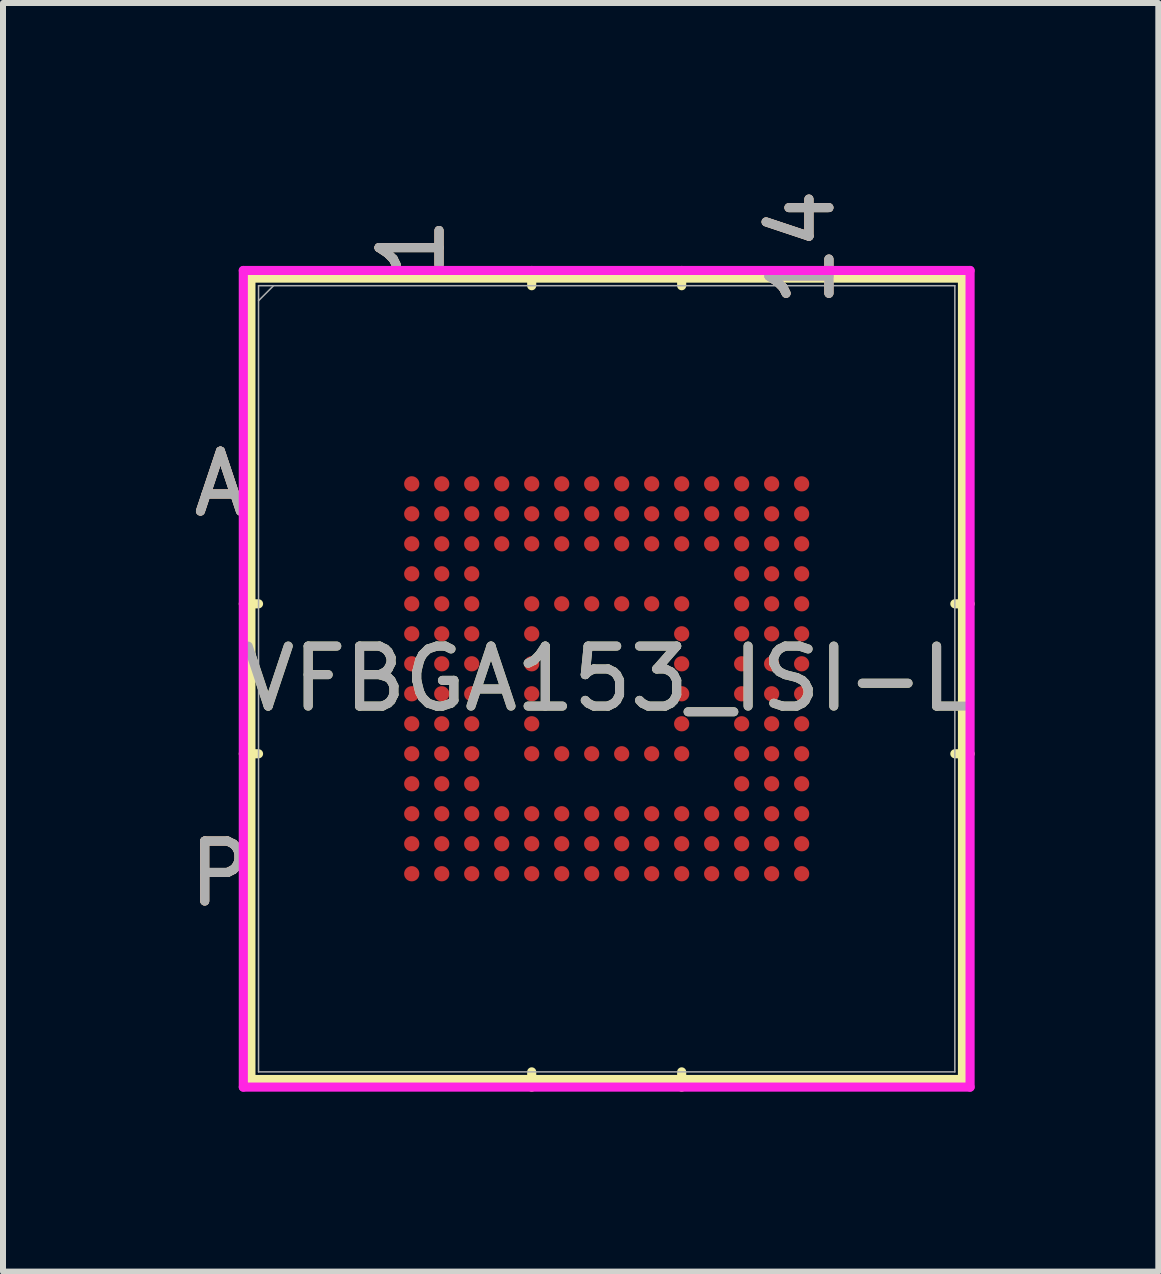
<source format=kicad_pcb>
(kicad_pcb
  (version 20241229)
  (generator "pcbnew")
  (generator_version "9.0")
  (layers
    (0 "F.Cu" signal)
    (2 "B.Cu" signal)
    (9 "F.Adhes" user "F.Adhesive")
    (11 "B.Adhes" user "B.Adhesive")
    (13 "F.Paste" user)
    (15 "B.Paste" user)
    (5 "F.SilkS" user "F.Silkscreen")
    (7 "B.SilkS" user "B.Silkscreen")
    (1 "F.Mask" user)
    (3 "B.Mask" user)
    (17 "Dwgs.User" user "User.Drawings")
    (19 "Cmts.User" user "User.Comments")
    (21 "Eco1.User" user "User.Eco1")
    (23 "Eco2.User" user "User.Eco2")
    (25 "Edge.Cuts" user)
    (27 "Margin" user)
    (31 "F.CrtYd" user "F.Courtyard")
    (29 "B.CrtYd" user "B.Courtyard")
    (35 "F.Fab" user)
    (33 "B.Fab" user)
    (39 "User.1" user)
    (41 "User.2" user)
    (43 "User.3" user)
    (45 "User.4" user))
  (footprint "VFBGA153_ISI-L"
    (layer "F.Cu")
    (at 7.064 8.266)
    (property "Reference" "VFBGA153_ISI-L" (at 0 0 0) (unlocked yes) (layer "F.SilkS") (effects (font (size 1 1) (thickness 0.15))))
    (attr smd)
    (fp_line (start -5.931 -6.68) (end -5.931 6.68) (stroke (width 0.152) (type solid)) (layer "F.SilkS"))
    (fp_line (start -5.931 6.68) (end 5.931 6.68) (stroke (width 0.152) (type solid)) (layer "F.SilkS"))
    (fp_line (start -5.804 -1.25) (end -6.058 -1.25) (stroke (width 0.152) (type solid)) (layer "F.SilkS"))
    (fp_line (start -5.804 1.25) (end -6.058 1.25) (stroke (width 0.152) (type solid)) (layer "F.SilkS"))
    (fp_line (start -1.25 -6.553) (end -1.25 -6.807) (stroke (width 0.152) (type solid)) (layer "F.SilkS"))
    (fp_line (start -1.25 6.553) (end -1.25 6.807) (stroke (width 0.152) (type solid)) (layer "F.SilkS"))
    (fp_line (start 1.25 -6.553) (end 1.25 -6.807) (stroke (width 0.152) (type solid)) (layer "F.SilkS"))
    (fp_line (start 1.25 6.553) (end 1.25 6.807) (stroke (width 0.152) (type solid)) (layer "F.SilkS"))
    (fp_line (start 5.804 -1.25) (end 6.058 -1.25) (stroke (width 0.152) (type solid)) (layer "F.SilkS"))
    (fp_line (start 5.804 1.25) (end 6.058 1.25) (stroke (width 0.152) (type solid)) (layer "F.SilkS"))
    (fp_line (start 5.931 -6.68) (end -5.931 -6.68) (stroke (width 0.152) (type solid)) (layer "F.SilkS"))
    (fp_line (start 5.931 6.68) (end 5.931 -6.68) (stroke (width 0.152) (type solid)) (layer "F.SilkS"))
    (fp_poly (pts (xy -3.945 -3.945) (xy 3.945 -3.945) (xy 3.945 3.945) (xy -3.945 3.945)) (stroke (width 0.1) (type solid)) (fill no) (layer "Eco2.User"))
    (fp_line (start -6.058 -6.807) (end 6.058 -6.807) (stroke (width 0.152) (type solid)) (layer "F.CrtYd"))
    (fp_line (start -6.058 6.807) (end -6.058 -6.807) (stroke (width 0.152) (type solid)) (layer "F.CrtYd"))
    (fp_line (start 6.058 -6.807) (end 6.058 6.807) (stroke (width 0.152) (type solid)) (layer "F.CrtYd"))
    (fp_line (start 6.058 6.807) (end -6.058 6.807) (stroke (width 0.152) (type solid)) (layer "F.CrtYd"))
    (fp_line (start -5.804 -6.553) (end -5.804 6.553) (stroke (width 0.025) (type solid)) (layer "F.Fab"))
    (fp_line (start -5.804 6.553) (end 5.804 6.553) (stroke (width 0.025) (type solid)) (layer "F.Fab"))
    (fp_line (start -5.554 -6.553) (end -5.804 -6.303) (stroke (width 0.025) (type solid)) (layer "F.Fab"))
    (fp_line (start 5.804 -6.553) (end -5.804 -6.553) (stroke (width 0.025) (type solid)) (layer "F.Fab"))
    (fp_line (start 5.804 6.553) (end 5.804 -6.553) (stroke (width 0.025) (type solid)) (layer "F.Fab"))
    (fp_text user "P" (at -6.439 3.25 0) (unlocked yes) (layer "F.SilkS") (effects (font (size 1 1) (thickness 0.15))))
    (fp_text user "14" (at 3.25 -7.188 90) (unlocked yes) (layer "F.SilkS") (effects (font (size 1 1) (thickness 0.15))))
    (fp_text user "A" (at -6.439 -3.25 0) (unlocked yes) (layer "F.SilkS") (effects (font (size 1 1) (thickness 0.15))))
    (fp_text user "1" (at -3.25 -7.188 90) (unlocked yes) (layer "F.SilkS") (effects (font (size 1 1) (thickness 0.15))))
    (fp_text user "P" (at -6.439 3.25 0) (unlocked yes) (layer "B.SilkS") (effects (font (size 1 1) (thickness 0.15))))
    (fp_text user "14" (at 3.25 -7.188 90) (unlocked yes) (layer "B.SilkS") (effects (font (size 1 1) (thickness 0.15))))
    (fp_text user "1" (at -3.25 -7.188 90) (unlocked yes) (layer "B.SilkS") (effects (font (size 1 1) (thickness 0.15))))
    (fp_text user "A" (at -6.439 -3.25 0) (unlocked yes) (layer "B.SilkS") (effects (font (size 1 1) (thickness 0.15))))
    (fp_text user "1" (at -3.25 -7.188 90) (unlocked yes) (layer "F.Fab") (effects (font (size 1 1) (thickness 0.15))))
    (fp_text user "A" (at -6.439 -3.25 0) (unlocked yes) (layer "F.Fab") (effects (font (size 1 1) (thickness 0.15))))
    (fp_text user "${REFERENCE}" (at 0 0 0) (unlocked yes) (layer "F.Fab") (effects (font (size 1 1) (thickness 0.15))))
    (fp_text user "P" (at -6.439 3.25 0) (unlocked yes) (layer "F.Fab") (effects (font (size 1 1) (thickness 0.15))))
    (fp_text user "14" (at 3.25 -7.188 90) (unlocked yes) (layer "F.Fab") (effects (font (size 1 1) (thickness 0.15))))
    (pad "A1" smd circle (at -3.25 -3.25) (size 0.254 0.254) (layers "F.Cu" "F.Mask" "F.Paste"))
    (pad "A2" smd circle (at -2.75 -3.25) (size 0.254 0.254) (layers "F.Cu" "F.Mask" "F.Paste"))
    (pad "A3" smd circle (at -2.25 -3.25) (size 0.254 0.254) (layers "F.Cu" "F.Mask" "F.Paste"))
    (pad "A4" smd circle (at -1.75 -3.25) (size 0.254 0.254) (layers "F.Cu" "F.Mask" "F.Paste"))
    (pad "A5" smd circle (at -1.25 -3.25) (size 0.254 0.254) (layers "F.Cu" "F.Mask" "F.Paste"))
    (pad "A6" smd circle (at -0.75 -3.25) (size 0.254 0.254) (layers "F.Cu" "F.Mask" "F.Paste"))
    (pad "A7" smd circle (at -0.25 -3.25) (size 0.254 0.254) (layers "F.Cu" "F.Mask" "F.Paste"))
    (pad "A8" smd circle (at 0.25 -3.25) (size 0.254 0.254) (layers "F.Cu" "F.Mask" "F.Paste"))
    (pad "A9" smd circle (at 0.75 -3.25) (size 0.254 0.254) (layers "F.Cu" "F.Mask" "F.Paste"))
    (pad "A10" smd circle (at 1.25 -3.25) (size 0.254 0.254) (layers "F.Cu" "F.Mask" "F.Paste"))
    (pad "A11" smd circle (at 1.75 -3.25) (size 0.254 0.254) (layers "F.Cu" "F.Mask" "F.Paste"))
    (pad "A12" smd circle (at 2.25 -3.25) (size 0.254 0.254) (layers "F.Cu" "F.Mask" "F.Paste"))
    (pad "A13" smd circle (at 2.75 -3.25) (size 0.254 0.254) (layers "F.Cu" "F.Mask" "F.Paste"))
    (pad "A14" smd circle (at 3.25 -3.25) (size 0.254 0.254) (layers "F.Cu" "F.Mask" "F.Paste"))
    (pad "B1" smd circle (at -3.25 -2.75) (size 0.254 0.254) (layers "F.Cu" "F.Mask" "F.Paste"))
    (pad "B2" smd circle (at -2.75 -2.75) (size 0.254 0.254) (layers "F.Cu" "F.Mask" "F.Paste"))
    (pad "B3" smd circle (at -2.25 -2.75) (size 0.254 0.254) (layers "F.Cu" "F.Mask" "F.Paste"))
    (pad "B4" smd circle (at -1.75 -2.75) (size 0.254 0.254) (layers "F.Cu" "F.Mask" "F.Paste"))
    (pad "B5" smd circle (at -1.25 -2.75) (size 0.254 0.254) (layers "F.Cu" "F.Mask" "F.Paste"))
    (pad "B6" smd circle (at -0.75 -2.75) (size 0.254 0.254) (layers "F.Cu" "F.Mask" "F.Paste"))
    (pad "B7" smd circle (at -0.25 -2.75) (size 0.254 0.254) (layers "F.Cu" "F.Mask" "F.Paste"))
    (pad "B8" smd circle (at 0.25 -2.75) (size 0.254 0.254) (layers "F.Cu" "F.Mask" "F.Paste"))
    (pad "B9" smd circle (at 0.75 -2.75) (size 0.254 0.254) (layers "F.Cu" "F.Mask" "F.Paste"))
    (pad "B10" smd circle (at 1.25 -2.75) (size 0.254 0.254) (layers "F.Cu" "F.Mask" "F.Paste"))
    (pad "B11" smd circle (at 1.75 -2.75) (size 0.254 0.254) (layers "F.Cu" "F.Mask" "F.Paste"))
    (pad "B12" smd circle (at 2.25 -2.75) (size 0.254 0.254) (layers "F.Cu" "F.Mask" "F.Paste"))
    (pad "B13" smd circle (at 2.75 -2.75) (size 0.254 0.254) (layers "F.Cu" "F.Mask" "F.Paste"))
    (pad "B14" smd circle (at 3.25 -2.75) (size 0.254 0.254) (layers "F.Cu" "F.Mask" "F.Paste"))
    (pad "C1" smd circle (at -3.25 -2.25) (size 0.254 0.254) (layers "F.Cu" "F.Mask" "F.Paste"))
    (pad "C2" smd circle (at -2.75 -2.25) (size 0.254 0.254) (layers "F.Cu" "F.Mask" "F.Paste"))
    (pad "C3" smd circle (at -2.25 -2.25) (size 0.254 0.254) (layers "F.Cu" "F.Mask" "F.Paste"))
    (pad "C4" smd circle (at -1.75 -2.25) (size 0.254 0.254) (layers "F.Cu" "F.Mask" "F.Paste"))
    (pad "C5" smd circle (at -1.25 -2.25) (size 0.254 0.254) (layers "F.Cu" "F.Mask" "F.Paste"))
    (pad "C6" smd circle (at -0.75 -2.25) (size 0.254 0.254) (layers "F.Cu" "F.Mask" "F.Paste"))
    (pad "C7" smd circle (at -0.25 -2.25) (size 0.254 0.254) (layers "F.Cu" "F.Mask" "F.Paste"))
    (pad "C8" smd circle (at 0.25 -2.25) (size 0.254 0.254) (layers "F.Cu" "F.Mask" "F.Paste"))
    (pad "C9" smd circle (at 0.75 -2.25) (size 0.254 0.254) (layers "F.Cu" "F.Mask" "F.Paste"))
    (pad "C10" smd circle (at 1.25 -2.25) (size 0.254 0.254) (layers "F.Cu" "F.Mask" "F.Paste"))
    (pad "C11" smd circle (at 1.75 -2.25) (size 0.254 0.254) (layers "F.Cu" "F.Mask" "F.Paste"))
    (pad "C12" smd circle (at 2.25 -2.25) (size 0.254 0.254) (layers "F.Cu" "F.Mask" "F.Paste"))
    (pad "C13" smd circle (at 2.75 -2.25) (size 0.254 0.254) (layers "F.Cu" "F.Mask" "F.Paste"))
    (pad "C14" smd circle (at 3.25 -2.25) (size 0.254 0.254) (layers "F.Cu" "F.Mask" "F.Paste"))
    (pad "D1" smd circle (at -3.25 -1.75) (size 0.254 0.254) (layers "F.Cu" "F.Mask" "F.Paste"))
    (pad "D2" smd circle (at -2.75 -1.75) (size 0.254 0.254) (layers "F.Cu" "F.Mask" "F.Paste"))
    (pad "D3" smd circle (at -2.25 -1.75) (size 0.254 0.254) (layers "F.Cu" "F.Mask" "F.Paste"))
    (pad "D12" smd circle (at 2.25 -1.75) (size 0.254 0.254) (layers "F.Cu" "F.Mask" "F.Paste"))
    (pad "D13" smd circle (at 2.75 -1.75) (size 0.254 0.254) (layers "F.Cu" "F.Mask" "F.Paste"))
    (pad "D14" smd circle (at 3.25 -1.75) (size 0.254 0.254) (layers "F.Cu" "F.Mask" "F.Paste"))
    (pad "E1" smd circle (at -3.25 -1.25) (size 0.254 0.254) (layers "F.Cu" "F.Mask" "F.Paste"))
    (pad "E2" smd circle (at -2.75 -1.25) (size 0.254 0.254) (layers "F.Cu" "F.Mask" "F.Paste"))
    (pad "E3" smd circle (at -2.25 -1.25) (size 0.254 0.254) (layers "F.Cu" "F.Mask" "F.Paste"))
    (pad "E5" smd circle (at -1.25 -1.25) (size 0.254 0.254) (layers "F.Cu" "F.Mask" "F.Paste"))
    (pad "E6" smd circle (at -0.75 -1.25) (size 0.254 0.254) (layers "F.Cu" "F.Mask" "F.Paste"))
    (pad "E7" smd circle (at -0.25 -1.25) (size 0.254 0.254) (layers "F.Cu" "F.Mask" "F.Paste"))
    (pad "E8" smd circle (at 0.25 -1.25) (size 0.254 0.254) (layers "F.Cu" "F.Mask" "F.Paste"))
    (pad "E9" smd circle (at 0.75 -1.25) (size 0.254 0.254) (layers "F.Cu" "F.Mask" "F.Paste"))
    (pad "E10" smd circle (at 1.25 -1.25) (size 0.254 0.254) (layers "F.Cu" "F.Mask" "F.Paste"))
    (pad "E12" smd circle (at 2.25 -1.25) (size 0.254 0.254) (layers "F.Cu" "F.Mask" "F.Paste"))
    (pad "E13" smd circle (at 2.75 -1.25) (size 0.254 0.254) (layers "F.Cu" "F.Mask" "F.Paste"))
    (pad "E14" smd circle (at 3.25 -1.25) (size 0.254 0.254) (layers "F.Cu" "F.Mask" "F.Paste"))
    (pad "F1" smd circle (at -3.25 -0.75) (size 0.254 0.254) (layers "F.Cu" "F.Mask" "F.Paste"))
    (pad "F2" smd circle (at -2.75 -0.75) (size 0.254 0.254) (layers "F.Cu" "F.Mask" "F.Paste"))
    (pad "F3" smd circle (at -2.25 -0.75) (size 0.254 0.254) (layers "F.Cu" "F.Mask" "F.Paste"))
    (pad "F5" smd circle (at -1.25 -0.75) (size 0.254 0.254) (layers "F.Cu" "F.Mask" "F.Paste"))
    (pad "F10" smd circle (at 1.25 -0.75) (size 0.254 0.254) (layers "F.Cu" "F.Mask" "F.Paste"))
    (pad "F12" smd circle (at 2.25 -0.75) (size 0.254 0.254) (layers "F.Cu" "F.Mask" "F.Paste"))
    (pad "F13" smd circle (at 2.75 -0.75) (size 0.254 0.254) (layers "F.Cu" "F.Mask" "F.Paste"))
    (pad "F14" smd circle (at 3.25 -0.75) (size 0.254 0.254) (layers "F.Cu" "F.Mask" "F.Paste"))
    (pad "G1" smd circle (at -3.25 -0.25) (size 0.254 0.254) (layers "F.Cu" "F.Mask" "F.Paste"))
    (pad "G2" smd circle (at -2.75 -0.25) (size 0.254 0.254) (layers "F.Cu" "F.Mask" "F.Paste"))
    (pad "G3" smd circle (at -2.25 -0.25) (size 0.254 0.254) (layers "F.Cu" "F.Mask" "F.Paste"))
    (pad "G5" smd circle (at -1.25 -0.25) (size 0.254 0.254) (layers "F.Cu" "F.Mask" "F.Paste"))
    (pad "G10" smd circle (at 1.25 -0.25) (size 0.254 0.254) (layers "F.Cu" "F.Mask" "F.Paste"))
    (pad "G12" smd circle (at 2.25 -0.25) (size 0.254 0.254) (layers "F.Cu" "F.Mask" "F.Paste"))
    (pad "G13" smd circle (at 2.75 -0.25) (size 0.254 0.254) (layers "F.Cu" "F.Mask" "F.Paste"))
    (pad "G14" smd circle (at 3.25 -0.25) (size 0.254 0.254) (layers "F.Cu" "F.Mask" "F.Paste"))
    (pad "H1" smd circle (at -3.25 0.25) (size 0.254 0.254) (layers "F.Cu" "F.Mask" "F.Paste"))
    (pad "H2" smd circle (at -2.75 0.25) (size 0.254 0.254) (layers "F.Cu" "F.Mask" "F.Paste"))
    (pad "H3" smd circle (at -2.25 0.25) (size 0.254 0.254) (layers "F.Cu" "F.Mask" "F.Paste"))
    (pad "H5" smd circle (at -1.25 0.25) (size 0.254 0.254) (layers "F.Cu" "F.Mask" "F.Paste"))
    (pad "H10" smd circle (at 1.25 0.25) (size 0.254 0.254) (layers "F.Cu" "F.Mask" "F.Paste"))
    (pad "H12" smd circle (at 2.25 0.25) (size 0.254 0.254) (layers "F.Cu" "F.Mask" "F.Paste"))
    (pad "H13" smd circle (at 2.75 0.25) (size 0.254 0.254) (layers "F.Cu" "F.Mask" "F.Paste"))
    (pad "H14" smd circle (at 3.25 0.25) (size 0.254 0.254) (layers "F.Cu" "F.Mask" "F.Paste"))
    (pad "J1" smd circle (at -3.25 0.75) (size 0.254 0.254) (layers "F.Cu" "F.Mask" "F.Paste"))
    (pad "J2" smd circle (at -2.75 0.75) (size 0.254 0.254) (layers "F.Cu" "F.Mask" "F.Paste"))
    (pad "J3" smd circle (at -2.25 0.75) (size 0.254 0.254) (layers "F.Cu" "F.Mask" "F.Paste"))
    (pad "J5" smd circle (at -1.25 0.75) (size 0.254 0.254) (layers "F.Cu" "F.Mask" "F.Paste"))
    (pad "J10" smd circle (at 1.25 0.75) (size 0.254 0.254) (layers "F.Cu" "F.Mask" "F.Paste"))
    (pad "J12" smd circle (at 2.25 0.75) (size 0.254 0.254) (layers "F.Cu" "F.Mask" "F.Paste"))
    (pad "J13" smd circle (at 2.75 0.75) (size 0.254 0.254) (layers "F.Cu" "F.Mask" "F.Paste"))
    (pad "J14" smd circle (at 3.25 0.75) (size 0.254 0.254) (layers "F.Cu" "F.Mask" "F.Paste"))
    (pad "K1" smd circle (at -3.25 1.25) (size 0.254 0.254) (layers "F.Cu" "F.Mask" "F.Paste"))
    (pad "K2" smd circle (at -2.75 1.25) (size 0.254 0.254) (layers "F.Cu" "F.Mask" "F.Paste"))
    (pad "K3" smd circle (at -2.25 1.25) (size 0.254 0.254) (layers "F.Cu" "F.Mask" "F.Paste"))
    (pad "K5" smd circle (at -1.25 1.25) (size 0.254 0.254) (layers "F.Cu" "F.Mask" "F.Paste"))
    (pad "K6" smd circle (at -0.75 1.25) (size 0.254 0.254) (layers "F.Cu" "F.Mask" "F.Paste"))
    (pad "K7" smd circle (at -0.25 1.25) (size 0.254 0.254) (layers "F.Cu" "F.Mask" "F.Paste"))
    (pad "K8" smd circle (at 0.25 1.25) (size 0.254 0.254) (layers "F.Cu" "F.Mask" "F.Paste"))
    (pad "K9" smd circle (at 0.75 1.25) (size 0.254 0.254) (layers "F.Cu" "F.Mask" "F.Paste"))
    (pad "K10" smd circle (at 1.25 1.25) (size 0.254 0.254) (layers "F.Cu" "F.Mask" "F.Paste"))
    (pad "K12" smd circle (at 2.25 1.25) (size 0.254 0.254) (layers "F.Cu" "F.Mask" "F.Paste"))
    (pad "K13" smd circle (at 2.75 1.25) (size 0.254 0.254) (layers "F.Cu" "F.Mask" "F.Paste"))
    (pad "K14" smd circle (at 3.25 1.25) (size 0.254 0.254) (layers "F.Cu" "F.Mask" "F.Paste"))
    (pad "L1" smd circle (at -3.25 1.75) (size 0.254 0.254) (layers "F.Cu" "F.Mask" "F.Paste"))
    (pad "L2" smd circle (at -2.75 1.75) (size 0.254 0.254) (layers "F.Cu" "F.Mask" "F.Paste"))
    (pad "L3" smd circle (at -2.25 1.75) (size 0.254 0.254) (layers "F.Cu" "F.Mask" "F.Paste"))
    (pad "L12" smd circle (at 2.25 1.75) (size 0.254 0.254) (layers "F.Cu" "F.Mask" "F.Paste"))
    (pad "L13" smd circle (at 2.75 1.75) (size 0.254 0.254) (layers "F.Cu" "F.Mask" "F.Paste"))
    (pad "L14" smd circle (at 3.25 1.75) (size 0.254 0.254) (layers "F.Cu" "F.Mask" "F.Paste"))
    (pad "M1" smd circle (at -3.25 2.25) (size 0.254 0.254) (layers "F.Cu" "F.Mask" "F.Paste"))
    (pad "M2" smd circle (at -2.75 2.25) (size 0.254 0.254) (layers "F.Cu" "F.Mask" "F.Paste"))
    (pad "M3" smd circle (at -2.25 2.25) (size 0.254 0.254) (layers "F.Cu" "F.Mask" "F.Paste"))
    (pad "M4" smd circle (at -1.75 2.25) (size 0.254 0.254) (layers "F.Cu" "F.Mask" "F.Paste"))
    (pad "M5" smd circle (at -1.25 2.25) (size 0.254 0.254) (layers "F.Cu" "F.Mask" "F.Paste"))
    (pad "M6" smd circle (at -0.75 2.25) (size 0.254 0.254) (layers "F.Cu" "F.Mask" "F.Paste"))
    (pad "M7" smd circle (at -0.25 2.25) (size 0.254 0.254) (layers "F.Cu" "F.Mask" "F.Paste"))
    (pad "M8" smd circle (at 0.25 2.25) (size 0.254 0.254) (layers "F.Cu" "F.Mask" "F.Paste"))
    (pad "M9" smd circle (at 0.75 2.25) (size 0.254 0.254) (layers "F.Cu" "F.Mask" "F.Paste"))
    (pad "M10" smd circle (at 1.25 2.25) (size 0.254 0.254) (layers "F.Cu" "F.Mask" "F.Paste"))
    (pad "M11" smd circle (at 1.75 2.25) (size 0.254 0.254) (layers "F.Cu" "F.Mask" "F.Paste"))
    (pad "M12" smd circle (at 2.25 2.25) (size 0.254 0.254) (layers "F.Cu" "F.Mask" "F.Paste"))
    (pad "M13" smd circle (at 2.75 2.25) (size 0.254 0.254) (layers "F.Cu" "F.Mask" "F.Paste"))
    (pad "M14" smd circle (at 3.25 2.25) (size 0.254 0.254) (layers "F.Cu" "F.Mask" "F.Paste"))
    (pad "N1" smd circle (at -3.25 2.75) (size 0.254 0.254) (layers "F.Cu" "F.Mask" "F.Paste"))
    (pad "N2" smd circle (at -2.75 2.75) (size 0.254 0.254) (layers "F.Cu" "F.Mask" "F.Paste"))
    (pad "N3" smd circle (at -2.25 2.75) (size 0.254 0.254) (layers "F.Cu" "F.Mask" "F.Paste"))
    (pad "N4" smd circle (at -1.75 2.75) (size 0.254 0.254) (layers "F.Cu" "F.Mask" "F.Paste"))
    (pad "N5" smd circle (at -1.25 2.75) (size 0.254 0.254) (layers "F.Cu" "F.Mask" "F.Paste"))
    (pad "N6" smd circle (at -0.75 2.75) (size 0.254 0.254) (layers "F.Cu" "F.Mask" "F.Paste"))
    (pad "N7" smd circle (at -0.25 2.75) (size 0.254 0.254) (layers "F.Cu" "F.Mask" "F.Paste"))
    (pad "N8" smd circle (at 0.25 2.75) (size 0.254 0.254) (layers "F.Cu" "F.Mask" "F.Paste"))
    (pad "N9" smd circle (at 0.75 2.75) (size 0.254 0.254) (layers "F.Cu" "F.Mask" "F.Paste"))
    (pad "N10" smd circle (at 1.25 2.75) (size 0.254 0.254) (layers "F.Cu" "F.Mask" "F.Paste"))
    (pad "N11" smd circle (at 1.75 2.75) (size 0.254 0.254) (layers "F.Cu" "F.Mask" "F.Paste"))
    (pad "N12" smd circle (at 2.25 2.75) (size 0.254 0.254) (layers "F.Cu" "F.Mask" "F.Paste"))
    (pad "N13" smd circle (at 2.75 2.75) (size 0.254 0.254) (layers "F.Cu" "F.Mask" "F.Paste"))
    (pad "N14" smd circle (at 3.25 2.75) (size 0.254 0.254) (layers "F.Cu" "F.Mask" "F.Paste"))
    (pad "P1" smd circle (at -3.25 3.25) (size 0.254 0.254) (layers "F.Cu" "F.Mask" "F.Paste"))
    (pad "P2" smd circle (at -2.75 3.25) (size 0.254 0.254) (layers "F.Cu" "F.Mask" "F.Paste"))
    (pad "P3" smd circle (at -2.25 3.25) (size 0.254 0.254) (layers "F.Cu" "F.Mask" "F.Paste"))
    (pad "P4" smd circle (at -1.75 3.25) (size 0.254 0.254) (layers "F.Cu" "F.Mask" "F.Paste"))
    (pad "P5" smd circle (at -1.25 3.25) (size 0.254 0.254) (layers "F.Cu" "F.Mask" "F.Paste"))
    (pad "P6" smd circle (at -0.75 3.25) (size 0.254 0.254) (layers "F.Cu" "F.Mask" "F.Paste"))
    (pad "P7" smd circle (at -0.25 3.25) (size 0.254 0.254) (layers "F.Cu" "F.Mask" "F.Paste"))
    (pad "P8" smd circle (at 0.25 3.25) (size 0.254 0.254) (layers "F.Cu" "F.Mask" "F.Paste"))
    (pad "P9" smd circle (at 0.75 3.25) (size 0.254 0.254) (layers "F.Cu" "F.Mask" "F.Paste"))
    (pad "P10" smd circle (at 1.25 3.25) (size 0.254 0.254) (layers "F.Cu" "F.Mask" "F.Paste"))
    (pad "P11" smd circle (at 1.75 3.25) (size 0.254 0.254) (layers "F.Cu" "F.Mask" "F.Paste"))
    (pad "P12" smd circle (at 2.25 3.25) (size 0.254 0.254) (layers "F.Cu" "F.Mask" "F.Paste"))
    (pad "P13" smd circle (at 2.75 3.25) (size 0.254 0.254) (layers "F.Cu" "F.Mask" "F.Paste"))
    (pad "P14" smd circle (at 3.25 3.25) (size 0.254 0.254) (layers "F.Cu" "F.Mask" "F.Paste")))
  (gr_rect
    (start -3 -3)
    (end 16.26 18.149)
    (stroke (width 0.1) (type default))
    (fill no)
    (layer "Edge.Cuts")))
</source>
